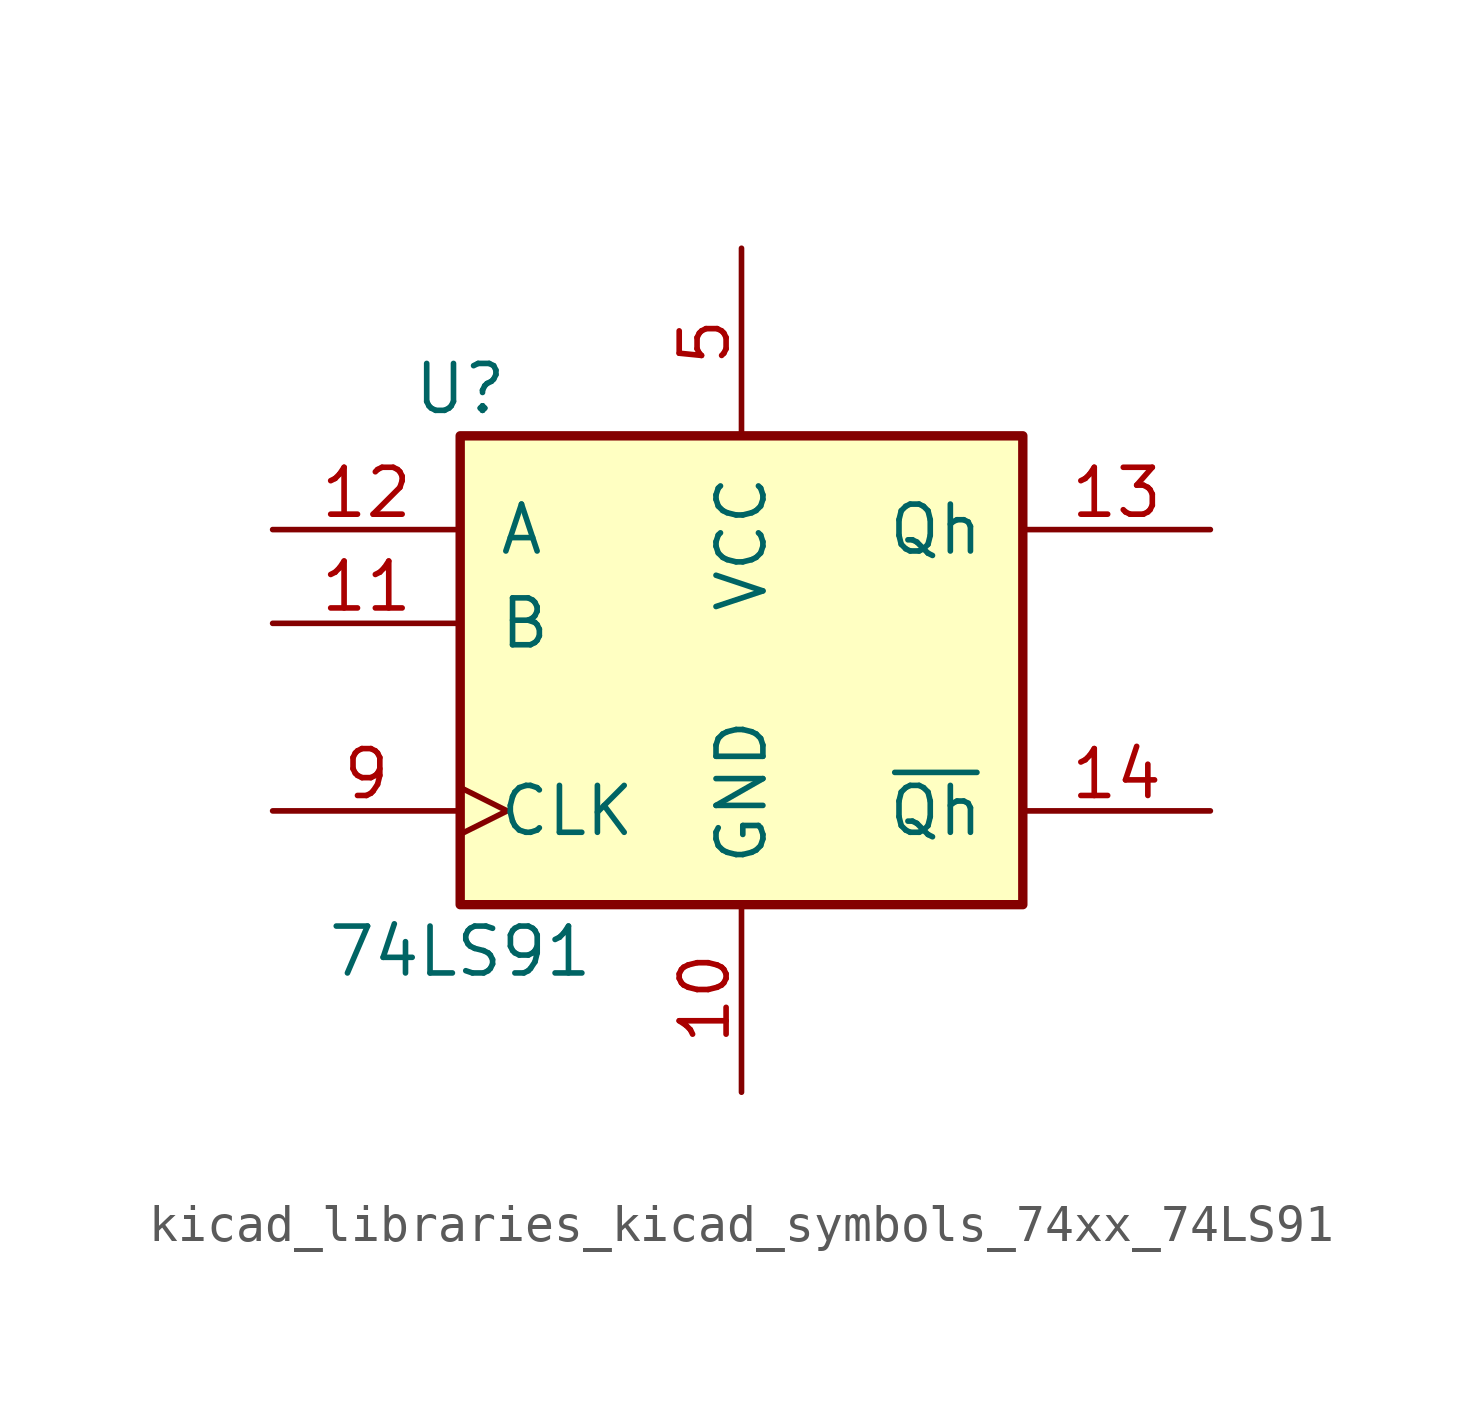
<source format=kicad_sym>
(kicad_symbol_lib
  (version 20220914)
  (generator kicad_symbol_editor)
  (symbol "kicad_libraries_kicad_symbols_74xx_74LS91"
    (pin_names
      (offset 1.016))
    (property "Reference" "U"
      (at -7.62 6.35 0)
      (effects (font (size 1.27 1.27))))
    (property "Value" "74LS91"
      (at -7.62 -8.89 0)
      (effects (font (size 1.27 1.27))))
    (property "ki_locked" ""
      (at 0 0 0)
      (effects (font (size 1.27 1.27))))
    (symbol "kicad_libraries_kicad_symbols_74xx_74LS91_1_0"
      (pin power_in line (at 0 -12.7 90) (length 5.08) (name "GND" (effects (font (size 1.27 1.27)))) (number "10" (effects (font (size 1.27 1.27)))))
      (pin input line (at -12.7 0 0) (length 5.08) (name "B" (effects (font (size 1.27 1.27)))) (number "11" (effects (font (size 1.27 1.27)))))
      (pin input line (at -12.7 2.54 0) (length 5.08) (name "A" (effects (font (size 1.27 1.27)))) (number "12" (effects (font (size 1.27 1.27)))))
      (pin output line (at 12.7 2.54 180) (length 5.08) (name "Qh" (effects (font (size 1.27 1.27)))) (number "13" (effects (font (size 1.27 1.27)))))
      (pin output line (at 12.7 -5.08 180) (length 5.08) (name "~{Qh}" (effects (font (size 1.27 1.27)))) (number "14" (effects (font (size 1.27 1.27)))))
      (pin power_in line (at 0 10.16 270) (length 5.08) (name "VCC" (effects (font (size 1.27 1.27)))) (number "5" (effects (font (size 1.27 1.27)))))
      (pin input clock (at -12.7 -5.08 0) (length 5.08) (name "CLK" (effects (font (size 1.27 1.27)))) (number "9" (effects (font (size 1.27 1.27))))))
    (symbol "kicad_libraries_kicad_symbols_74xx_74LS91_1_1"
      (rectangle (start -7.62 5.08) (end 7.62 -7.62) (stroke (width 0.254) (type default)) (fill (type background))))))
</source>
